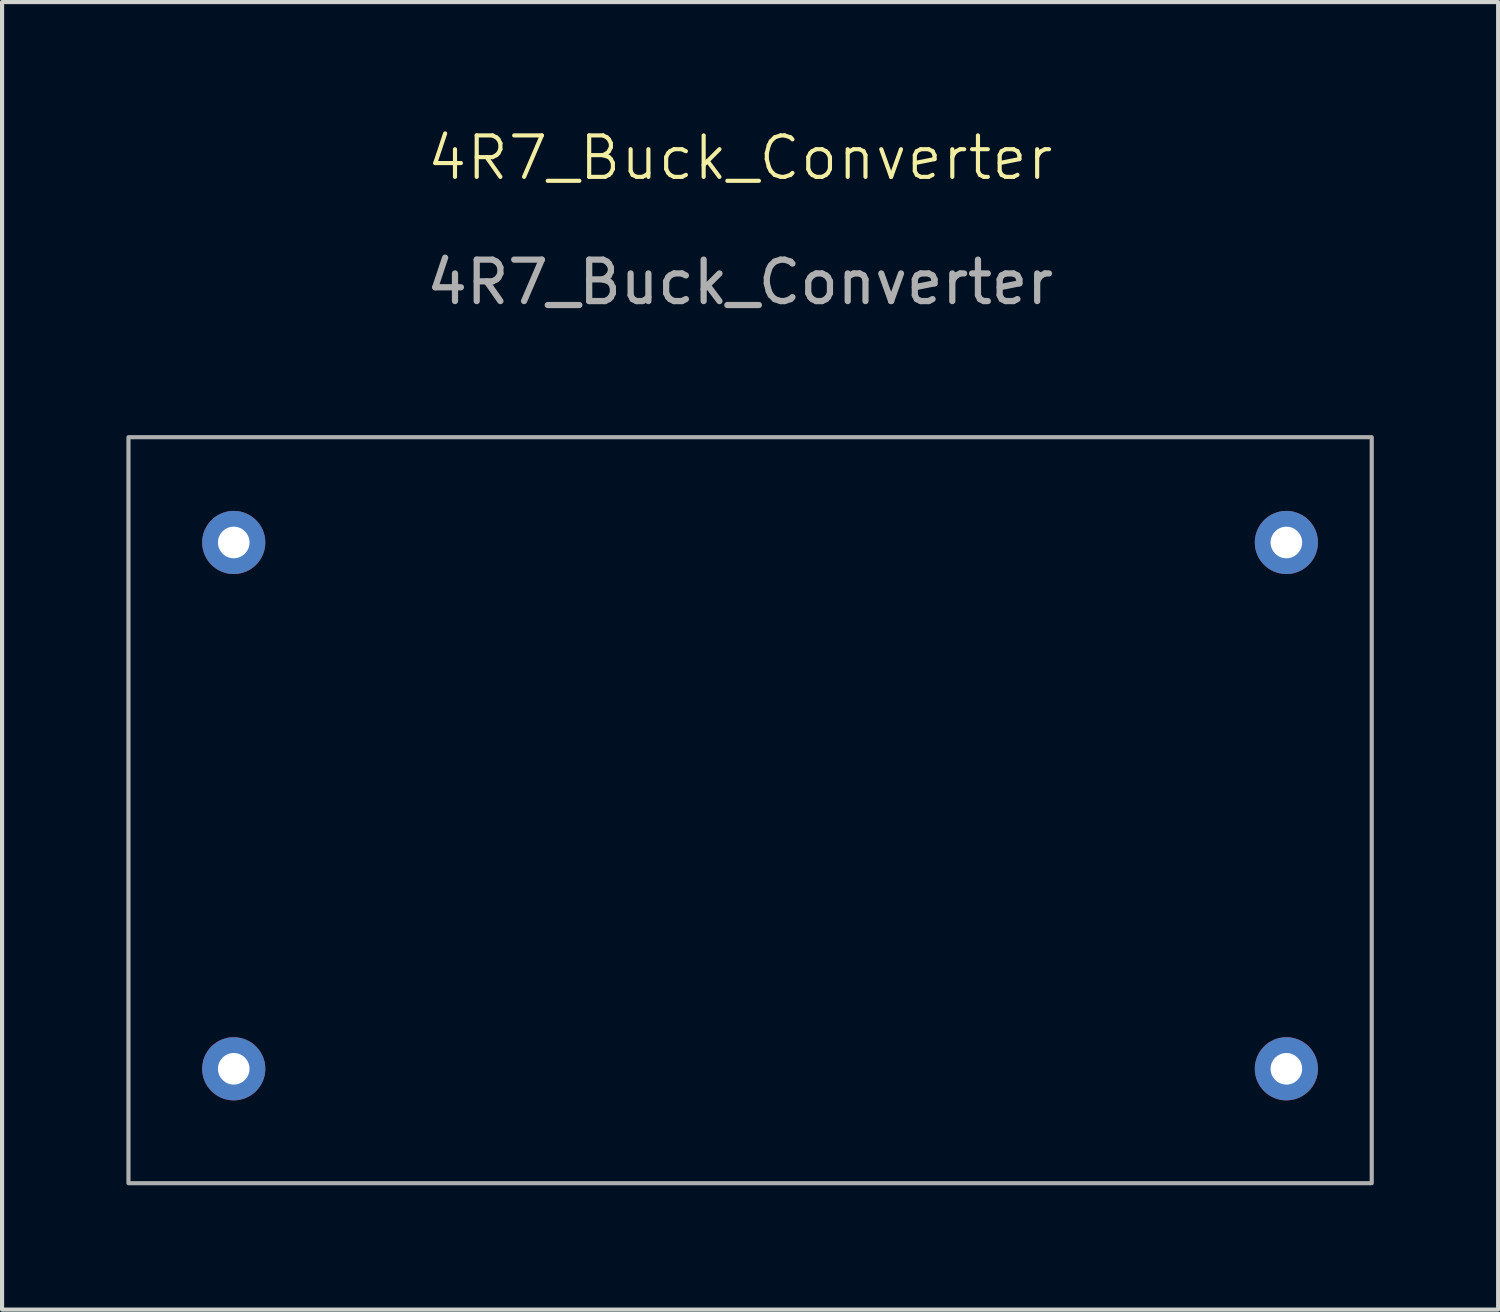
<source format=kicad_pcb>
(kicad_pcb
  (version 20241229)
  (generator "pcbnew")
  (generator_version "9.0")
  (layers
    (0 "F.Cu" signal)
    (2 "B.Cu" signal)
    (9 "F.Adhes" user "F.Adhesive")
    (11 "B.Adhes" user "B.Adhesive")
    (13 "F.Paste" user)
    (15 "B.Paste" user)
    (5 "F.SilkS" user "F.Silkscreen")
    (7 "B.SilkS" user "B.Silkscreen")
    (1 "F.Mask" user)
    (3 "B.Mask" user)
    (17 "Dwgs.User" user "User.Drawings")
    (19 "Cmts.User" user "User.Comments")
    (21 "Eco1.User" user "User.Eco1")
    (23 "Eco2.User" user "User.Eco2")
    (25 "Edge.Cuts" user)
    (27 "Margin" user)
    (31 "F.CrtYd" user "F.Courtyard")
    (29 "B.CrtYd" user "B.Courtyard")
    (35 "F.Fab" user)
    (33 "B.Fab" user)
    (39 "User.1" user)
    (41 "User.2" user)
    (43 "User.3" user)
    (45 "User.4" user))
  (footprint "4R7_Buck_Converter"
    (layer "F.Cu")
    (at 14.81 1.26)
    (property "Reference" "4R7_Buck_Converter" (at 0 -0.5 0) (unlocked yes) (layer "F.SilkS") (effects (font (size 1 1) (thickness 0.1))))
    (attr through_hole)
    (fp_rect (start -14.76 6.24) (end 15.24 24.24) (stroke (width 0.1) (type default)) (fill no) (layer "F.Fab"))
    (fp_text user "${REFERENCE}" (at 0 2.5 0) (unlocked yes) (layer "F.Fab") (effects (font (size 1 1) (thickness 0.15))))
    (pad "1" thru_hole circle (at -12.22 8.78) (size 1.524 1.524) (drill 0.762) (layers "*.Cu" "*.Mask"))
    (pad "2" thru_hole circle (at -12.22 21.48) (size 1.524 1.524) (drill 0.762) (layers "*.Cu" "*.Mask"))
    (pad "3" thru_hole circle (at 13.18 8.78) (size 1.524 1.524) (drill 0.762) (layers "*.Cu" "*.Mask"))
    (pad "4" thru_hole circle (at 13.18 21.48) (size 1.524 1.524) (drill 0.762) (layers "*.Cu" "*.Mask")))
  (gr_rect
    (start -3 -3)
    (end 33.1 28.55)
    (stroke (width 0.1) (type default))
    (fill no)
    (layer "Edge.Cuts")))
</source>
